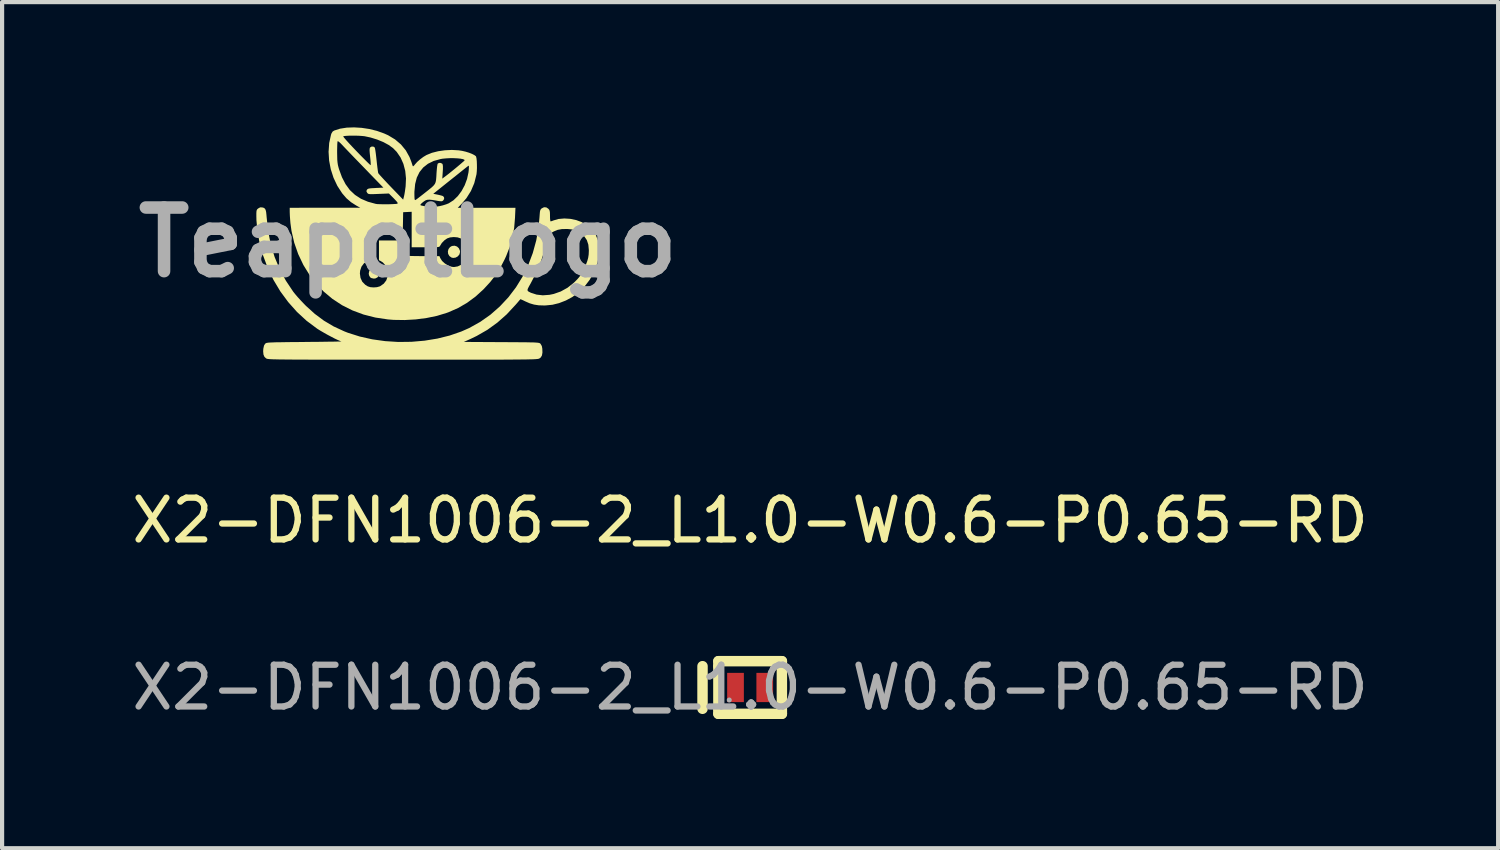
<source format=kicad_pcb>
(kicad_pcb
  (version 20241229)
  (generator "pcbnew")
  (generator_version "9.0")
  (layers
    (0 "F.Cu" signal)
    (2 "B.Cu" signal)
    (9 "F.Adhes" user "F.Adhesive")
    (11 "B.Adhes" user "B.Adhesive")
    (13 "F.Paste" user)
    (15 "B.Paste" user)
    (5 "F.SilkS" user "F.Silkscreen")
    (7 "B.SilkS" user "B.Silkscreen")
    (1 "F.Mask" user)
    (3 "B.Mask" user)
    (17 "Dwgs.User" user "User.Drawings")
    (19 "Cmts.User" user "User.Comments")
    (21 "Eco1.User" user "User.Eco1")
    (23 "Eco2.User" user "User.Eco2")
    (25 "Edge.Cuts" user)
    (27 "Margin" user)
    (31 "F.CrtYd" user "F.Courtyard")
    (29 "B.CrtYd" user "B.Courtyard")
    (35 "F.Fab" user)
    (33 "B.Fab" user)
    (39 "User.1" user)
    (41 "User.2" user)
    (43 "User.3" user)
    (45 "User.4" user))
  (footprint "X2-DFN1006-2_L1.0-W0.6-P0.65-RD"
    (layer "F.Cu")
    (at 14.911 13.411)
    (property "Reference" "X2-DFN1006-2_L1.0-W0.6-P0.65-RD" (at 0 -4 0) (layer "F.SilkS") (effects (font (size 1 1) (thickness 0.15))))
    (attr smd)
    (fp_line (start -1.14 -0.51) (end -1.14 0.51) (stroke (width 0.25) (type solid)) (layer "F.SilkS"))
    (fp_line (start -0.76 -0.63) (end -0.76 -0.51) (stroke (width 0.25) (type solid)) (layer "F.SilkS"))
    (fp_line (start -0.76 -0.51) (end -0.76 0.51) (stroke (width 0.25) (type solid)) (layer "F.SilkS"))
    (fp_line (start -0.76 0.51) (end -0.76 0.63) (stroke (width 0.25) (type solid)) (layer "F.SilkS"))
    (fp_line (start -0.76 0.63) (end 0.76 0.63) (stroke (width 0.25) (type solid)) (layer "F.SilkS"))
    (fp_line (start 0.76 -0.63) (end -0.76 -0.63) (stroke (width 0.25) (type solid)) (layer "F.SilkS"))
    (fp_line (start 0.76 0.63) (end 0.76 -0.63) (stroke (width 0.25) (type solid)) (layer "F.SilkS"))
    (fp_circle (center -0.5 0.3) (end -0.47 0.3) (stroke (width 0.06) (type solid)) (fill no) (layer "F.Fab"))
    (fp_text user "${REFERENCE}" (at 0 0 0) (layer "F.Fab") (effects (font (size 1 1) (thickness 0.15))))
    (pad "1" smd rect (at -0.35 0) (size 0.4 0.7) (layers "F.Cu" "F.Mask" "F.Paste"))
    (pad "2" smd rect (at 0.35 0) (size 0.4 0.7) (layers "F.Cu" "F.Mask" "F.Paste")))
  (footprint "TeapotLogo"
    (layer "F.Cu")
    (at 6.72 2.713)
    (property "Reference" "TeapotLogo" (at 0 0.04 0) (layer "F.Fab") (effects (font (size 1.524 1.524) (thickness 0.3))))
    (attr board_only exclude_from_pos_files exclude_from_bom)
    (fp_poly (pts (xy -0.76 0.675) (xy -0.729 0.696) (xy -0.702 0.743) (xy -0.696 0.786) (xy -0.708 0.844) (xy -0.729 0.876) (xy -0.776 0.902) (xy -0.818 0.908) (xy -0.876 0.896) (xy -0.908 0.876) (xy -0.934 0.828) (xy -0.941 0.786) (xy -0.929 0.728) (xy -0.908 0.696) (xy -0.861 0.67) (xy -0.818 0.663)) (stroke (width 0) (type solid)) (fill yes) (layer "F.SilkS"))
    (fp_poly (pts (xy 1.173 0.14) (xy 1.218 0.182) (xy 1.243 0.242) (xy 1.245 0.27) (xy 1.231 0.328) (xy 1.192 0.375) (xy 1.139 0.405) (xy 1.079 0.413) (xy 1.039 0.403) (xy 0.989 0.367) (xy 0.96 0.315) (xy 0.954 0.257) (xy 0.969 0.2) (xy 1.006 0.153) (xy 1.051 0.127) (xy 1.115 0.12)) (stroke (width 0) (type solid)) (fill yes) (layer "F.SilkS"))
    (fp_poly (pts (xy 3.311 -0.797) (xy 3.359 -0.765) (xy 3.379 -0.741) (xy 3.391 -0.714) (xy 3.397 -0.675) (xy 3.399 -0.616) (xy 3.399 -0.593) (xy 3.4 -0.533) (xy 3.405 -0.487) (xy 3.411 -0.464) (xy 3.413 -0.462) (xy 3.437 -0.468) (xy 3.476 -0.482) (xy 3.482 -0.485) (xy 3.604 -0.52) (xy 3.741 -0.532) (xy 3.886 -0.523) (xy 4.028 -0.493) (xy 4.162 -0.443) (xy 4.17 -0.438) (xy 4.306 -0.355) (xy 4.415 -0.255) (xy 4.495 -0.138) (xy 4.548 -0.004) (xy 4.574 0.149) (xy 4.577 0.223) (xy 4.562 0.409) (xy 4.516 0.594) (xy 4.444 0.772) (xy 4.346 0.941) (xy 4.227 1.096) (xy 4.088 1.234) (xy 3.933 1.349) (xy 3.781 1.431) (xy 3.616 1.495) (xy 3.457 1.534) (xy 3.295 1.55) (xy 3.26 1.551) (xy 3.129 1.547) (xy 3.017 1.53) (xy 2.912 1.499) (xy 2.805 1.452) (xy 2.752 1.426) (xy 2.711 1.408) (xy 2.691 1.401) (xy 2.69 1.401) (xy 2.678 1.415) (xy 2.65 1.448) (xy 2.61 1.495) (xy 2.574 1.536) (xy 2.362 1.764) (xy 2.138 1.962) (xy 1.9 2.134) (xy 1.644 2.281) (xy 1.497 2.352) (xy 1.336 2.424) (xy 2.237 2.429) (xy 2.431 2.43) (xy 2.595 2.431) (xy 2.731 2.432) (xy 2.843 2.433) (xy 2.933 2.435) (xy 3.004 2.436) (xy 3.057 2.439) (xy 3.097 2.442) (xy 3.125 2.446) (xy 3.144 2.45) (xy 3.156 2.456) (xy 3.165 2.462) (xy 3.172 2.469) (xy 3.203 2.522) (xy 3.215 2.586) (xy 3.218 2.679) (xy 3.206 2.748) (xy 3.177 2.796) (xy 3.149 2.818) (xy 3.142 2.821) (xy 3.134 2.825) (xy 3.123 2.828) (xy 3.108 2.831) (xy 3.088 2.833) (xy 3.06 2.836) (xy 3.025 2.838) (xy 2.979 2.84) (xy 2.923 2.841) (xy 2.854 2.843) (xy 2.772 2.844) (xy 2.675 2.845) (xy 2.561 2.846) (xy 2.429 2.847) (xy 2.279 2.848) (xy 2.107 2.848) (xy 1.914 2.848) (xy 1.698 2.849) (xy 1.457 2.849) (xy 1.19 2.849) (xy 0.896 2.849) (xy 0.573 2.849) (xy 0.221 2.849) (xy -0.125 2.849) (xy -0.506 2.849) (xy -0.856 2.849) (xy -1.176 2.849) (xy -1.467 2.849) (xy -1.732 2.849) (xy -1.97 2.849) (xy -2.184 2.848) (xy -2.375 2.848) (xy -2.544 2.847) (xy -2.693 2.847) (xy -2.822 2.846) (xy -2.935 2.845) (xy -3.03 2.844) (xy -3.111 2.843) (xy -3.179 2.841) (xy -3.234 2.84) (xy -3.278 2.838) (xy -3.313 2.836) (xy -3.34 2.833) (xy -3.36 2.831) (xy -3.374 2.828) (xy -3.385 2.824) (xy -3.393 2.821) (xy -3.399 2.818) (xy -3.439 2.78) (xy -3.462 2.725) (xy -3.469 2.648) (xy -3.465 2.586) (xy -3.448 2.51) (xy -3.422 2.469) (xy -3.414 2.461) (xy -3.404 2.455) (xy -3.391 2.449) (xy -3.37 2.445) (xy -3.34 2.441) (xy -3.299 2.438) (xy -3.242 2.436) (xy -3.169 2.433) (xy -3.075 2.432) (xy -2.959 2.43) (xy -2.818 2.428) (xy -2.65 2.427) (xy -2.478 2.425) (xy -2.31 2.423) (xy -2.153 2.422) (xy -2.009 2.42) (xy -1.883 2.418) (xy -1.775 2.417) (xy -1.69 2.415) (xy -1.63 2.414) (xy -1.598 2.413) (xy -1.593 2.413) (xy -1.628 2.401) (xy -1.686 2.376) (xy -1.76 2.341) (xy -1.844 2.297) (xy -1.933 2.25) (xy -2.021 2.2) (xy -2.102 2.153) (xy -2.171 2.11) (xy -2.181 2.103) (xy -2.43 1.917) (xy -2.66 1.705) (xy -2.869 1.47) (xy -3.057 1.215) (xy -3.221 0.941) (xy -3.36 0.651) (xy -3.473 0.348) (xy -3.558 0.032) (xy -3.566 -0.008) (xy -3.609 -0.259) (xy -3.63 -0.491) (xy -3.632 -0.587) (xy -3.632 -0.658) (xy -3.629 -0.705) (xy -3.622 -0.734) (xy -3.609 -0.754) (xy -3.588 -0.772) (xy -3.588 -0.772) (xy -3.541 -0.798) (xy -3.494 -0.797) (xy -3.455 -0.787) (xy -3.428 -0.768) (xy -3.41 -0.737) (xy -3.398 -0.688) (xy -3.39 -0.614) (xy -3.386 -0.565) (xy -3.35 -0.23) (xy -3.287 0.087) (xy -3.195 0.389) (xy -3.075 0.678) (xy -2.926 0.956) (xy -2.75 1.22) (xy -2.703 1.279) (xy -2.639 1.354) (xy -2.565 1.435) (xy -2.487 1.517) (xy -2.444 1.561) (xy -2.233 1.752) (xy -2.014 1.915) (xy -1.781 2.053) (xy -1.528 2.17) (xy -1.439 2.205) (xy -1.155 2.295) (xy -0.856 2.362) (xy -0.547 2.405) (xy -0.233 2.425) (xy 0.084 2.421) (xy 0.397 2.394) (xy 0.703 2.344) (xy 0.997 2.271) (xy 1.275 2.175) (xy 1.467 2.09) (xy 1.73 1.943) (xy 1.974 1.771) (xy 2.198 1.574) (xy 2.402 1.356) (xy 2.537 1.179) (xy 2.86 1.179) (xy 2.866 1.202) (xy 2.888 1.22) (xy 2.926 1.239) (xy 2.942 1.247) (xy 3.078 1.291) (xy 3.227 1.308) (xy 3.388 1.296) (xy 3.489 1.275) (xy 3.657 1.216) (xy 3.818 1.127) (xy 3.965 1.011) (xy 3.997 0.981) (xy 4.062 0.914) (xy 4.11 0.856) (xy 4.15 0.797) (xy 4.189 0.724) (xy 4.211 0.679) (xy 4.259 0.574) (xy 4.292 0.487) (xy 4.313 0.41) (xy 4.325 0.332) (xy 4.329 0.244) (xy 4.329 0.224) (xy 4.317 0.095) (xy 4.281 -0.014) (xy 4.219 -0.105) (xy 4.128 -0.181) (xy 4.036 -0.232) (xy 3.974 -0.256) (xy 3.909 -0.271) (xy 3.828 -0.279) (xy 3.803 -0.28) (xy 3.685 -0.278) (xy 3.585 -0.26) (xy 3.491 -0.222) (xy 3.427 -0.185) (xy 3.379 -0.151) (xy 3.354 -0.118) (xy 3.341 -0.076) (xy 3.341 -0.076) (xy 3.276 0.209) (xy 3.182 0.496) (xy 3.062 0.781) (xy 2.937 1.021) (xy 2.896 1.094) (xy 2.87 1.145) (xy 2.86 1.179) (xy 2.537 1.179) (xy 2.584 1.117) (xy 2.743 0.859) (xy 2.878 0.584) (xy 2.987 0.295) (xy 3.07 -0.008) (xy 3.125 -0.323) (xy 3.147 -0.556) (xy 3.153 -0.637) (xy 3.158 -0.692) (xy 3.166 -0.727) (xy 3.177 -0.75) (xy 3.193 -0.767) (xy 3.199 -0.773) (xy 3.256 -0.801)) (stroke (width 0) (type solid)) (fill yes) (layer "F.SilkS"))
    (fp_poly (pts (xy -1.111 -2.702) (xy -0.926 -2.674) (xy -0.745 -2.629) (xy -0.574 -2.568) (xy -0.476 -2.524) (xy -0.31 -2.424) (xy -0.169 -2.303) (xy -0.054 -2.163) (xy 0.035 -2.003) (xy 0.08 -1.886) (xy 0.096 -1.836) (xy 0.109 -1.797) (xy 0.113 -1.786) (xy 0.126 -1.782) (xy 0.152 -1.808) (xy 0.168 -1.829) (xy 0.219 -1.886) (xy 0.288 -1.947) (xy 0.365 -2.005) (xy 0.44 -2.05) (xy 0.444 -2.052) (xy 0.572 -2.104) (xy 0.722 -2.142) (xy 0.884 -2.165) (xy 1.049 -2.173) (xy 1.21 -2.164) (xy 1.295 -2.151) (xy 1.377 -2.132) (xy 1.458 -2.107) (xy 1.53 -2.079) (xy 1.587 -2.05) (xy 1.623 -2.024) (xy 1.629 -2.014) (xy 1.639 -1.972) (xy 1.646 -1.906) (xy 1.649 -1.826) (xy 1.65 -1.74) (xy 1.646 -1.659) (xy 1.639 -1.59) (xy 1.637 -1.582) (xy 1.586 -1.378) (xy 1.506 -1.19) (xy 1.398 -1.018) (xy 1.29 -0.891) (xy 1.191 -0.788) (xy 2.572 -0.788) (xy 2.561 -0.548) (xy 2.541 -0.306) (xy 2.5 -0.079) (xy 2.437 0.143) (xy 2.349 0.369) (xy 2.311 0.451) (xy 2.209 0.648) (xy 2.096 0.826) (xy 1.965 0.993) (xy 1.81 1.161) (xy 1.809 1.162) (xy 1.615 1.339) (xy 1.414 1.487) (xy 1.201 1.611) (xy 0.969 1.713) (xy 0.919 1.731) (xy 0.692 1.8) (xy 0.445 1.851) (xy 0.184 1.885) (xy -0.082 1.9) (xy -0.345 1.896) (xy -0.484 1.885) (xy -0.783 1.84) (xy -1.066 1.768) (xy -1.332 1.669) (xy -1.581 1.544) (xy -1.811 1.393) (xy -2.02 1.218) (xy -2.176 1.057) (xy -2.354 0.828) (xy -2.38 0.786) (xy -1.153 0.786) (xy -1.138 0.892) (xy -1.096 0.982) (xy -1.025 1.055) (xy -0.965 1.093) (xy -0.902 1.113) (xy -0.823 1.119) (xy -0.743 1.113) (xy -0.674 1.093) (xy -0.667 1.089) (xy -0.581 1.029) (xy -0.521 0.95) (xy -0.489 0.854) (xy -0.484 0.786) (xy -0.498 0.683) (xy -0.538 0.593) (xy -0.602 0.522) (xy -0.651 0.49) (xy -0.696 0.467) (xy -0.696 -0.005) (xy -0.125 -0.005) (xy -0.125 0.134) (xy -0.121 0.229) (xy -0.109 0.297) (xy -0.088 0.34) (xy -0.069 0.357) (xy -0.049 0.361) (xy -0.000091 0.364) (xy 0.072 0.366) (xy 0.162 0.368) (xy 0.267 0.369) (xy 0.35 0.37) (xy 0.752 0.37) (xy 0.771 0.416) (xy 0.815 0.485) (xy 0.882 0.546) (xy 0.962 0.595) (xy 1.046 0.625) (xy 1.099 0.631) (xy 1.189 0.616) (xy 1.278 0.574) (xy 1.356 0.511) (xy 1.415 0.433) (xy 1.427 0.411) (xy 1.454 0.315) (xy 1.453 0.216) (xy 1.425 0.121) (xy 1.373 0.036) (xy 1.299 -0.032) (xy 1.261 -0.055) (xy 1.184 -0.08) (xy 1.093 -0.087) (xy 1.004 -0.078) (xy 0.937 -0.055) (xy 0.87 -0.008) (xy 0.808 0.056) (xy 0.768 0.121) (xy 0.761 0.133) (xy 0.752 0.142) (xy 0.735 0.149) (xy 0.706 0.153) (xy 0.662 0.156) (xy 0.596 0.157) (xy 0.506 0.158) (xy 0.419 0.158) (xy 0.087 0.158) (xy 0.087 -0.692) (xy -0.015 -0.687) (xy -0.117 -0.682) (xy -0.121 -0.45) (xy -0.126 -0.217) (xy -0.481 -0.217) (xy -0.601 -0.217) (xy -0.694 -0.216) (xy -0.762 -0.213) (xy -0.81 -0.21) (xy -0.843 -0.204) (xy -0.864 -0.197) (xy -0.872 -0.192) (xy -0.884 -0.182) (xy -0.894 -0.169) (xy -0.9 -0.149) (xy -0.904 -0.116) (xy -0.907 -0.066) (xy -0.908 0.006) (xy -0.908 0.104) (xy -0.908 0.142) (xy -0.908 0.451) (xy -0.969 0.482) (xy -1.056 0.543) (xy -1.115 0.622) (xy -1.147 0.718) (xy -1.153 0.786) (xy -2.38 0.786) (xy -2.506 0.582) (xy -2.63 0.321) (xy -2.725 0.049) (xy -2.79 -0.232) (xy -2.816 -0.42) (xy -2.823 -0.505) (xy -2.829 -0.589) (xy -2.832 -0.661) (xy -2.833 -0.693) (xy -2.833 -0.788) (xy -1.989 -0.789) (xy -1.144 -0.789) (xy -1.232 -0.837) (xy -1.256 -0.852) (xy 0.295 -0.852) (xy 0.318 -0.842) (xy 0.365 -0.832) (xy 0.426 -0.821) (xy 0.491 -0.813) (xy 0.552 -0.808) (xy 0.568 -0.807) (xy 0.617 -0.81) (xy 0.684 -0.817) (xy 0.755 -0.828) (xy 0.757 -0.828) (xy 0.834 -0.846) (xy 0.914 -0.871) (xy 0.974 -0.895) (xy 1.088 -0.968) (xy 1.192 -1.068) (xy 1.282 -1.189) (xy 1.357 -1.328) (xy 1.413 -1.478) (xy 1.447 -1.634) (xy 1.453 -1.685) (xy 1.457 -1.747) (xy 1.457 -1.782) (xy 1.452 -1.795) (xy 1.44 -1.791) (xy 1.44 -1.79) (xy 1.422 -1.776) (xy 1.381 -1.744) (xy 1.322 -1.697) (xy 1.247 -1.637) (xy 1.16 -1.567) (xy 1.063 -1.49) (xy 1.01 -1.448) (xy 0.604 -1.123) (xy 0.709 -1.102) (xy 0.767 -1.089) (xy 0.814 -1.076) (xy 0.838 -1.067) (xy 0.862 -1.038) (xy 0.864 -0.999) (xy 0.841 -0.963) (xy 0.824 -0.95) (xy 0.803 -0.944) (xy 0.77 -0.945) (xy 0.718 -0.952) (xy 0.673 -0.96) (xy 0.583 -0.975) (xy 0.517 -0.982) (xy 0.468 -0.98) (xy 0.428 -0.97) (xy 0.391 -0.948) (xy 0.358 -0.924) (xy 0.32 -0.891) (xy 0.297 -0.864) (xy 0.295 -0.852) (xy -1.256 -0.852) (xy -1.364 -0.921) (xy -1.475 -1.016) (xy -1.575 -1.132) (xy -1.578 -1.136) (xy -1.693 -1.313) (xy -1.784 -1.506) (xy -1.85 -1.71) (xy -1.89 -1.92) (xy -1.903 -2.131) (xy -1.9 -2.164) (xy -1.698 -2.164) (xy -1.698 -2.113) (xy -1.696 -2.01) (xy -1.694 -1.932) (xy -1.688 -1.87) (xy -1.68 -1.816) (xy -1.667 -1.763) (xy -1.653 -1.713) (xy -1.582 -1.519) (xy -1.496 -1.353) (xy -1.393 -1.212) (xy -1.27 -1.097) (xy -1.127 -1.004) (xy -0.961 -0.933) (xy -0.771 -0.881) (xy -0.769 -0.881) (xy -0.732 -0.876) (xy -0.674 -0.874) (xy -0.6 -0.872) (xy -0.52 -0.872) (xy -0.438 -0.873) (xy -0.364 -0.876) (xy -0.304 -0.879) (xy -0.265 -0.883) (xy -0.255 -0.886) (xy -0.248 -0.897) (xy -0.255 -0.917) (xy -0.28 -0.948) (xy -0.325 -0.996) (xy -0.344 -1.016) (xy -0.458 -1.13) (xy -0.705 -1.12) (xy -0.799 -1.116) (xy -0.866 -1.114) (xy -0.912 -1.115) (xy -0.941 -1.119) (xy -0.958 -1.126) (xy -0.97 -1.137) (xy -0.979 -1.148) (xy -0.996 -1.18) (xy -0.991 -1.207) (xy -0.983 -1.22) (xy -0.97 -1.235) (xy -0.95 -1.245) (xy -0.916 -1.252) (xy -0.862 -1.257) (xy -0.782 -1.261) (xy -0.776 -1.262) (xy -0.59 -1.27) (xy -0.835 -1.522) (xy -0.925 -1.615) (xy -1.024 -1.718) (xy -1.124 -1.821) (xy -1.217 -1.917) (xy -1.285 -1.987) (xy -1.359 -2.064) (xy -1.433 -2.141) (xy -1.5 -2.211) (xy -1.554 -2.268) (xy -1.581 -2.297) (xy -1.624 -2.341) (xy -1.66 -2.371) (xy -1.682 -2.383) (xy -1.686 -2.382) (xy -1.69 -2.361) (xy -1.694 -2.315) (xy -1.696 -2.247) (xy -1.698 -2.164) (xy -1.9 -2.164) (xy -1.888 -2.338) (xy -1.853 -2.498) (xy -1.553 -2.498) (xy -1.545 -2.484) (xy -1.517 -2.449) (xy -1.472 -2.397) (xy -1.412 -2.331) (xy -1.34 -2.254) (xy -1.258 -2.168) (xy -1.234 -2.143) (xy -1.15 -2.056) (xy -1.073 -1.978) (xy -1.006 -1.911) (xy -0.953 -1.859) (xy -0.915 -1.823) (xy -0.896 -1.808) (xy -0.895 -1.808) (xy -0.893 -1.826) (xy -0.895 -1.87) (xy -0.9 -1.934) (xy -0.908 -2.01) (xy -0.908 -2.011) (xy -0.917 -2.098) (xy -0.921 -2.159) (xy -0.92 -2.198) (xy -0.914 -2.222) (xy -0.908 -2.232) (xy -0.875 -2.253) (xy -0.834 -2.254) (xy -0.802 -2.236) (xy -0.797 -2.228) (xy -0.79 -2.203) (xy -0.781 -2.151) (xy -0.771 -2.079) (xy -0.761 -1.993) (xy -0.753 -1.922) (xy -0.743 -1.829) (xy -0.733 -1.746) (xy -0.724 -1.679) (xy -0.717 -1.634) (xy -0.714 -1.619) (xy -0.7 -1.6) (xy -0.667 -1.562) (xy -0.617 -1.507) (xy -0.554 -1.439) (xy -0.481 -1.361) (xy -0.411 -1.288) (xy -0.117 -0.983) (xy -0.097 -1.061) (xy -0.086 -1.113) (xy -0.081 -1.142) (xy 0.152 -1.142) (xy 0.153 -1.063) (xy 0.155 -1.012) (xy 0.16 -0.983) (xy 0.168 -0.973) (xy 0.176 -0.974) (xy 0.196 -0.986) (xy 0.237 -1.016) (xy 0.294 -1.06) (xy 0.362 -1.113) (xy 0.428 -1.165) (xy 0.51 -1.23) (xy 0.571 -1.28) (xy 0.614 -1.322) (xy 0.643 -1.36) (xy 0.661 -1.403) (xy 0.671 -1.455) (xy 0.677 -1.524) (xy 0.682 -1.616) (xy 0.684 -1.645) (xy 0.69 -1.72) (xy 0.697 -1.783) (xy 0.705 -1.828) (xy 0.711 -1.845) (xy 0.743 -1.863) (xy 0.785 -1.861) (xy 0.82 -1.842) (xy 0.822 -1.84) (xy 0.831 -1.818) (xy 0.835 -1.778) (xy 0.835 -1.714) (xy 0.831 -1.651) (xy 0.82 -1.486) (xy 0.865 -1.52) (xy 0.913 -1.556) (xy 0.974 -1.603) (xy 1.042 -1.658) (xy 1.114 -1.716) (xy 1.184 -1.774) (xy 1.247 -1.827) (xy 1.3 -1.873) (xy 1.338 -1.906) (xy 1.355 -1.923) (xy 1.355 -1.924) (xy 1.345 -1.941) (xy 1.309 -1.954) (xy 1.25 -1.965) (xy 1.176 -1.972) (xy 1.091 -1.976) (xy 1 -1.976) (xy 0.91 -1.971) (xy 0.825 -1.963) (xy 0.776 -1.954) (xy 0.614 -1.909) (xy 0.477 -1.842) (xy 0.364 -1.753) (xy 0.275 -1.643) (xy 0.21 -1.511) (xy 0.17 -1.357) (xy 0.153 -1.18) (xy 0.152 -1.142) (xy -0.081 -1.142) (xy -0.074 -1.184) (xy -0.063 -1.264) (xy -0.058 -1.301) (xy -0.049 -1.49) (xy -0.067 -1.671) (xy -0.111 -1.839) (xy -0.179 -1.992) (xy -0.271 -2.126) (xy -0.359 -2.216) (xy -0.462 -2.291) (xy -0.591 -2.361) (xy -0.737 -2.421) (xy -0.895 -2.47) (xy -1.04 -2.501) (xy -1.097 -2.507) (xy -1.17 -2.512) (xy -1.253 -2.515) (xy -1.337 -2.515) (xy -1.416 -2.514) (xy -1.483 -2.51) (xy -1.531 -2.505) (xy -1.553 -2.498) (xy -1.853 -2.498) (xy -1.844 -2.537) (xy -1.836 -2.563) (xy -1.805 -2.614) (xy -1.766 -2.638) (xy -1.627 -2.682) (xy -1.467 -2.707) (xy -1.293 -2.713)) (stroke (width 0) (type solid)) (fill yes) (layer "F.SilkS")))
  (gr_rect
    (start -3 -3)
    (end 32.821 17.259)
    (stroke (width 0.1) (type default))
    (fill no)
    (layer "Edge.Cuts")))
</source>
